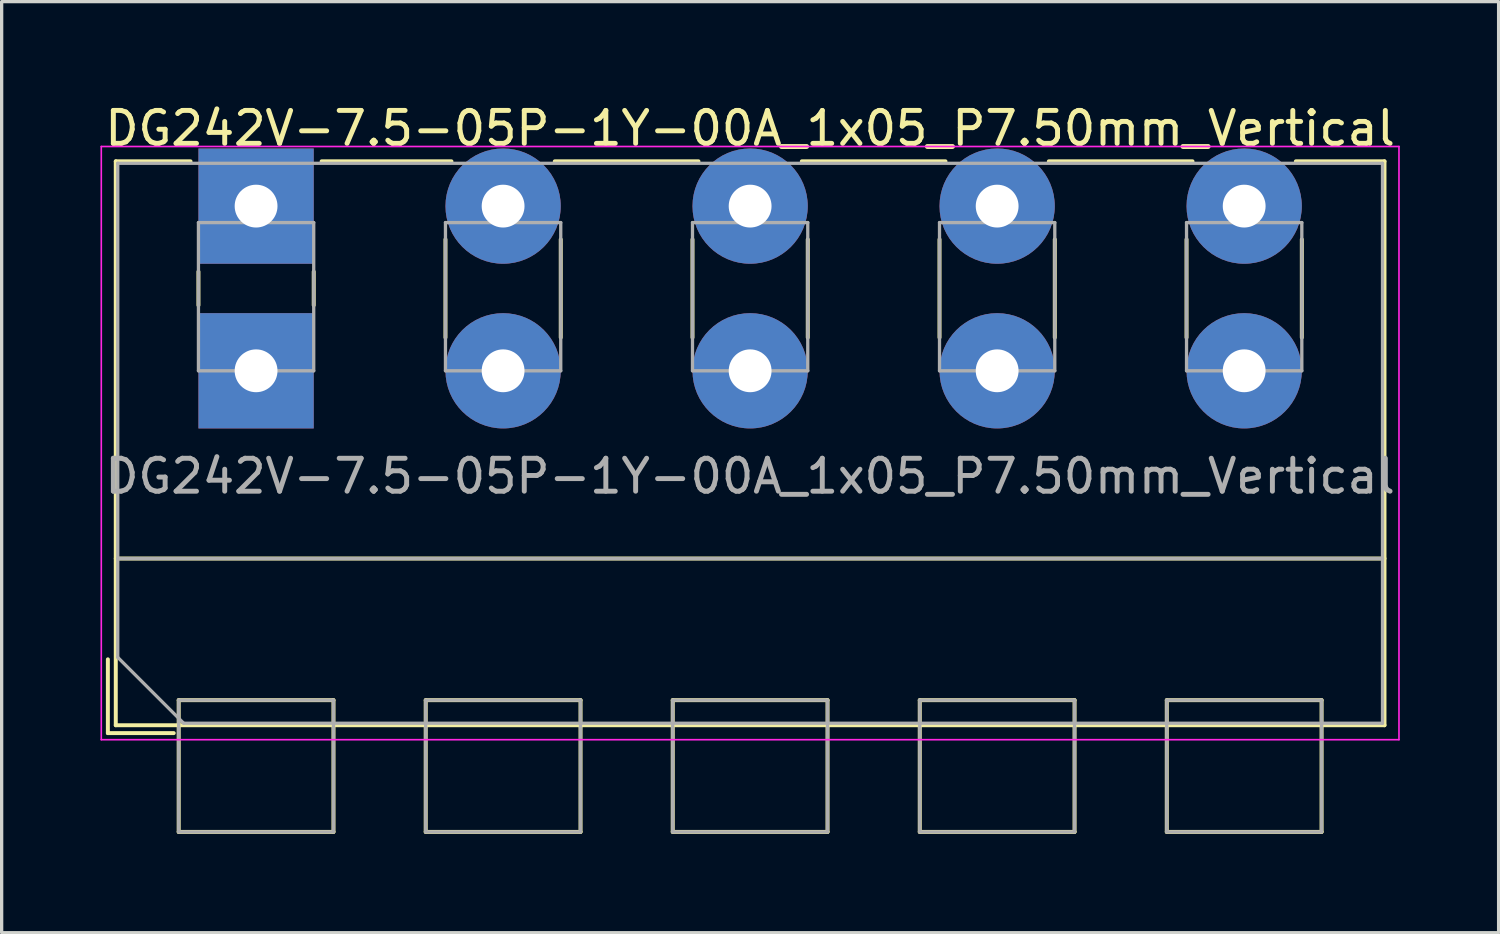
<source format=kicad_pcb>
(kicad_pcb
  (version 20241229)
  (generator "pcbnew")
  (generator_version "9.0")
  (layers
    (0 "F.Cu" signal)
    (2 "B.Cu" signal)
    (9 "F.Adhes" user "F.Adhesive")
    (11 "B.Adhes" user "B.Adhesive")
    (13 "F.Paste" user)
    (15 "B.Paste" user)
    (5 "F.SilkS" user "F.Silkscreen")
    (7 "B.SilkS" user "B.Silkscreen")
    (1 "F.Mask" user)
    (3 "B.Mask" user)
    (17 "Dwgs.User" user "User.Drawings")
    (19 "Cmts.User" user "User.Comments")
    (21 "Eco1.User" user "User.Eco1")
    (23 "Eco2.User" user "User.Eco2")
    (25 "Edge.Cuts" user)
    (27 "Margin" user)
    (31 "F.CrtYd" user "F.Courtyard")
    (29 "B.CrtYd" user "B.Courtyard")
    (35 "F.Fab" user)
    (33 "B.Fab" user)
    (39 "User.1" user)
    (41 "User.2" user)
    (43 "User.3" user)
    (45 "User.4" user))
  (footprint "DG242V-7.5-05P-1Y-00A_1x05_P7.50mm_Vertical"
    (layer "F.Cu")
    (at 4.725 8.208)
    (property "Reference" "DG242V-7.5-05P-1Y-00A_1x05_P7.50mm_Vertical" (at 15 -7.36 0) (layer "F.SilkS") (effects (font (size 1 1) (thickness 0.15))))
    (attr through_hole)
    (fp_line (start -4.5 8.76) (end -4.5 11) (stroke (width 0.12) (type solid)) (layer "F.SilkS"))
    (fp_line (start -4.5 11) (end -2.5 11) (stroke (width 0.12) (type solid)) (layer "F.SilkS"))
    (fp_line (start -4.26 -6.36) (end -4.26 10.761) (stroke (width 0.12) (type solid)) (layer "F.SilkS"))
    (fp_line (start -4.26 -6.36) (end -1.99 -6.36) (stroke (width 0.12) (type solid)) (layer "F.SilkS"))
    (fp_line (start -4.26 5.7) (end 34.26 5.7) (stroke (width 0.12) (type solid)) (layer "F.SilkS"))
    (fp_line (start -4.26 10.761) (end 34.26 10.761) (stroke (width 0.12) (type solid)) (layer "F.SilkS"))
    (fp_line (start -2.35 10) (end -2.35 14) (stroke (width 0.12) (type solid)) (layer "F.SilkS"))
    (fp_line (start -2.35 10) (end 2.35 10) (stroke (width 0.12) (type solid)) (layer "F.SilkS"))
    (fp_line (start -2.35 14) (end 2.35 14) (stroke (width 0.12) (type solid)) (layer "F.SilkS"))
    (fp_line (start -1.75 -3.01) (end -1.75 -1.99) (stroke (width 0.12) (type solid)) (layer "F.SilkS"))
    (fp_line (start 1.75 -3.01) (end 1.75 -1.99) (stroke (width 0.12) (type solid)) (layer "F.SilkS"))
    (fp_line (start 1.99 -6.36) (end 5.932 -6.36) (stroke (width 0.12) (type solid)) (layer "F.SilkS"))
    (fp_line (start 2.35 10) (end 2.35 14) (stroke (width 0.12) (type solid)) (layer "F.SilkS"))
    (fp_line (start 5.15 10) (end 5.15 14) (stroke (width 0.12) (type solid)) (layer "F.SilkS"))
    (fp_line (start 5.15 10) (end 9.851 10) (stroke (width 0.12) (type solid)) (layer "F.SilkS"))
    (fp_line (start 5.15 14) (end 9.851 14) (stroke (width 0.12) (type solid)) (layer "F.SilkS"))
    (fp_line (start 5.75 -3.99) (end 5.75 -1.01) (stroke (width 0.12) (type solid)) (layer "F.SilkS"))
    (fp_line (start 9.069 -6.36) (end 13.432 -6.36) (stroke (width 0.12) (type solid)) (layer "F.SilkS"))
    (fp_line (start 9.25 -3.99) (end 9.25 -1.01) (stroke (width 0.12) (type solid)) (layer "F.SilkS"))
    (fp_line (start 9.851 10) (end 9.851 14) (stroke (width 0.12) (type solid)) (layer "F.SilkS"))
    (fp_line (start 12.65 10) (end 12.65 14) (stroke (width 0.12) (type solid)) (layer "F.SilkS"))
    (fp_line (start 12.65 10) (end 17.35 10) (stroke (width 0.12) (type solid)) (layer "F.SilkS"))
    (fp_line (start 12.65 14) (end 17.35 14) (stroke (width 0.12) (type solid)) (layer "F.SilkS"))
    (fp_line (start 13.25 -3.99) (end 13.25 -1.01) (stroke (width 0.12) (type solid)) (layer "F.SilkS"))
    (fp_line (start 16.569 -6.36) (end 20.932 -6.36) (stroke (width 0.12) (type solid)) (layer "F.SilkS"))
    (fp_line (start 16.75 -3.99) (end 16.75 -1.01) (stroke (width 0.12) (type solid)) (layer "F.SilkS"))
    (fp_line (start 17.35 10) (end 17.35 14) (stroke (width 0.12) (type solid)) (layer "F.SilkS"))
    (fp_line (start 20.15 10) (end 20.15 14) (stroke (width 0.12) (type solid)) (layer "F.SilkS"))
    (fp_line (start 20.15 10) (end 24.85 10) (stroke (width 0.12) (type solid)) (layer "F.SilkS"))
    (fp_line (start 20.15 14) (end 24.85 14) (stroke (width 0.12) (type solid)) (layer "F.SilkS"))
    (fp_line (start 20.75 -3.99) (end 20.75 -1.01) (stroke (width 0.12) (type solid)) (layer "F.SilkS"))
    (fp_line (start 24.069 -6.36) (end 28.432 -6.36) (stroke (width 0.12) (type solid)) (layer "F.SilkS"))
    (fp_line (start 24.25 -3.99) (end 24.25 -1.01) (stroke (width 0.12) (type solid)) (layer "F.SilkS"))
    (fp_line (start 24.85 10) (end 24.85 14) (stroke (width 0.12) (type solid)) (layer "F.SilkS"))
    (fp_line (start 27.65 10) (end 27.65 14) (stroke (width 0.12) (type solid)) (layer "F.SilkS"))
    (fp_line (start 27.65 10) (end 32.35 10) (stroke (width 0.12) (type solid)) (layer "F.SilkS"))
    (fp_line (start 27.65 14) (end 32.35 14) (stroke (width 0.12) (type solid)) (layer "F.SilkS"))
    (fp_line (start 28.25 -3.99) (end 28.25 -1.01) (stroke (width 0.12) (type solid)) (layer "F.SilkS"))
    (fp_line (start 31.569 -6.36) (end 34.26 -6.36) (stroke (width 0.12) (type solid)) (layer "F.SilkS"))
    (fp_line (start 31.75 -3.99) (end 31.75 -1.01) (stroke (width 0.12) (type solid)) (layer "F.SilkS"))
    (fp_line (start 32.35 10) (end 32.35 14) (stroke (width 0.12) (type solid)) (layer "F.SilkS"))
    (fp_line (start 34.26 -6.36) (end 34.26 10.761) (stroke (width 0.12) (type solid)) (layer "F.SilkS"))
    (fp_line (start -4.7 -6.81) (end -4.7 11.2) (stroke (width 0.05) (type solid)) (layer "F.CrtYd"))
    (fp_line (start -4.7 11.2) (end 34.7 11.2) (stroke (width 0.05) (type solid)) (layer "F.CrtYd"))
    (fp_line (start 34.7 -6.81) (end -4.7 -6.81) (stroke (width 0.05) (type solid)) (layer "F.CrtYd"))
    (fp_line (start 34.7 11.2) (end 34.7 -6.81) (stroke (width 0.05) (type solid)) (layer "F.CrtYd"))
    (fp_line (start -4.2 -6.3) (end 34.2 -6.3) (stroke (width 0.1) (type solid)) (layer "F.Fab"))
    (fp_line (start -4.2 5.7) (end 34.2 5.7) (stroke (width 0.1) (type solid)) (layer "F.Fab"))
    (fp_line (start -4.2 8.7) (end -4.2 -6.3) (stroke (width 0.1) (type solid)) (layer "F.Fab"))
    (fp_line (start -2.35 10) (end -2.35 14) (stroke (width 0.1) (type solid)) (layer "F.Fab"))
    (fp_line (start -2.35 14) (end 2.35 14) (stroke (width 0.1) (type solid)) (layer "F.Fab"))
    (fp_line (start -2.2 10.7) (end -4.2 8.7) (stroke (width 0.1) (type solid)) (layer "F.Fab"))
    (fp_line (start -1.75 -4.5) (end -1.75 0) (stroke (width 0.1) (type solid)) (layer "F.Fab"))
    (fp_line (start -1.75 0) (end 1.75 0) (stroke (width 0.1) (type solid)) (layer "F.Fab"))
    (fp_line (start 1.75 -4.5) (end -1.75 -4.5) (stroke (width 0.1) (type solid)) (layer "F.Fab"))
    (fp_line (start 1.75 0) (end 1.75 -4.5) (stroke (width 0.1) (type solid)) (layer "F.Fab"))
    (fp_line (start 2.35 10) (end -2.35 10) (stroke (width 0.1) (type solid)) (layer "F.Fab"))
    (fp_line (start 2.35 14) (end 2.35 10) (stroke (width 0.1) (type solid)) (layer "F.Fab"))
    (fp_line (start 5.15 10) (end 5.15 14) (stroke (width 0.1) (type solid)) (layer "F.Fab"))
    (fp_line (start 5.15 14) (end 9.85 14) (stroke (width 0.1) (type solid)) (layer "F.Fab"))
    (fp_line (start 5.75 -4.5) (end 5.75 0) (stroke (width 0.1) (type solid)) (layer "F.Fab"))
    (fp_line (start 5.75 0) (end 9.25 0) (stroke (width 0.1) (type solid)) (layer "F.Fab"))
    (fp_line (start 9.25 -4.5) (end 5.75 -4.5) (stroke (width 0.1) (type solid)) (layer "F.Fab"))
    (fp_line (start 9.25 0) (end 9.25 -4.5) (stroke (width 0.1) (type solid)) (layer "F.Fab"))
    (fp_line (start 9.85 10) (end 5.15 10) (stroke (width 0.1) (type solid)) (layer "F.Fab"))
    (fp_line (start 9.85 14) (end 9.85 10) (stroke (width 0.1) (type solid)) (layer "F.Fab"))
    (fp_line (start 12.65 10) (end 12.65 14) (stroke (width 0.1) (type solid)) (layer "F.Fab"))
    (fp_line (start 12.65 14) (end 17.35 14) (stroke (width 0.1) (type solid)) (layer "F.Fab"))
    (fp_line (start 13.25 -4.5) (end 13.25 0) (stroke (width 0.1) (type solid)) (layer "F.Fab"))
    (fp_line (start 13.25 0) (end 16.75 0) (stroke (width 0.1) (type solid)) (layer "F.Fab"))
    (fp_line (start 16.75 -4.5) (end 13.25 -4.5) (stroke (width 0.1) (type solid)) (layer "F.Fab"))
    (fp_line (start 16.75 0) (end 16.75 -4.5) (stroke (width 0.1) (type solid)) (layer "F.Fab"))
    (fp_line (start 17.35 10) (end 12.65 10) (stroke (width 0.1) (type solid)) (layer "F.Fab"))
    (fp_line (start 17.35 14) (end 17.35 10) (stroke (width 0.1) (type solid)) (layer "F.Fab"))
    (fp_line (start 20.15 10) (end 20.15 14) (stroke (width 0.1) (type solid)) (layer "F.Fab"))
    (fp_line (start 20.15 14) (end 24.85 14) (stroke (width 0.1) (type solid)) (layer "F.Fab"))
    (fp_line (start 20.75 -4.5) (end 20.75 0) (stroke (width 0.1) (type solid)) (layer "F.Fab"))
    (fp_line (start 20.75 0) (end 24.25 0) (stroke (width 0.1) (type solid)) (layer "F.Fab"))
    (fp_line (start 24.25 -4.5) (end 20.75 -4.5) (stroke (width 0.1) (type solid)) (layer "F.Fab"))
    (fp_line (start 24.25 0) (end 24.25 -4.5) (stroke (width 0.1) (type solid)) (layer "F.Fab"))
    (fp_line (start 24.85 10) (end 20.15 10) (stroke (width 0.1) (type solid)) (layer "F.Fab"))
    (fp_line (start 24.85 14) (end 24.85 10) (stroke (width 0.1) (type solid)) (layer "F.Fab"))
    (fp_line (start 27.65 10) (end 27.65 14) (stroke (width 0.1) (type solid)) (layer "F.Fab"))
    (fp_line (start 27.65 14) (end 32.35 14) (stroke (width 0.1) (type solid)) (layer "F.Fab"))
    (fp_line (start 28.25 -4.5) (end 28.25 0) (stroke (width 0.1) (type solid)) (layer "F.Fab"))
    (fp_line (start 28.25 0) (end 31.75 0) (stroke (width 0.1) (type solid)) (layer "F.Fab"))
    (fp_line (start 31.75 -4.5) (end 28.25 -4.5) (stroke (width 0.1) (type solid)) (layer "F.Fab"))
    (fp_line (start 31.75 0) (end 31.75 -4.5) (stroke (width 0.1) (type solid)) (layer "F.Fab"))
    (fp_line (start 32.35 10) (end 27.65 10) (stroke (width 0.1) (type solid)) (layer "F.Fab"))
    (fp_line (start 32.35 14) (end 32.35 10) (stroke (width 0.1) (type solid)) (layer "F.Fab"))
    (fp_line (start 34.2 -6.3) (end 34.2 10.7) (stroke (width 0.1) (type solid)) (layer "F.Fab"))
    (fp_line (start 34.2 10.7) (end -2.2 10.7) (stroke (width 0.1) (type solid)) (layer "F.Fab"))
    (fp_text user "${REFERENCE}" (at 15 3.2 0) (layer "F.Fab") (effects (font (size 1 1) (thickness 0.15))))
    (pad "1" thru_hole rect (at 0 -5) (size 3.5 3.5) (drill 1.3) (layers "*.Cu" "*.Mask"))
    (pad "1" thru_hole rect (at 0 0) (size 3.5 3.5) (drill 1.3) (layers "*.Cu" "*.Mask"))
    (pad "2" thru_hole circle (at 7.5 -5) (size 3.5 3.5) (drill 1.3) (layers "*.Cu" "*.Mask"))
    (pad "2" thru_hole circle (at 7.5 0) (size 3.5 3.5) (drill 1.3) (layers "*.Cu" "*.Mask"))
    (pad "3" thru_hole circle (at 15 -5) (size 3.5 3.5) (drill 1.3) (layers "*.Cu" "*.Mask"))
    (pad "3" thru_hole circle (at 15 0) (size 3.5 3.5) (drill 1.3) (layers "*.Cu" "*.Mask"))
    (pad "4" thru_hole circle (at 22.5 -5) (size 3.5 3.5) (drill 1.3) (layers "*.Cu" "*.Mask"))
    (pad "4" thru_hole circle (at 22.5 0) (size 3.5 3.5) (drill 1.3) (layers "*.Cu" "*.Mask"))
    (pad "5" thru_hole circle (at 30 -5) (size 3.5 3.5) (drill 1.3) (layers "*.Cu" "*.Mask"))
    (pad "5" thru_hole circle (at 30 0) (size 3.5 3.5) (drill 1.3) (layers "*.Cu" "*.Mask")))
  (gr_rect
    (start -3 -3)
    (end 42.45 25.268)
    (stroke (width 0.1) (type default))
    (fill no)
    (layer "Edge.Cuts")))
</source>
